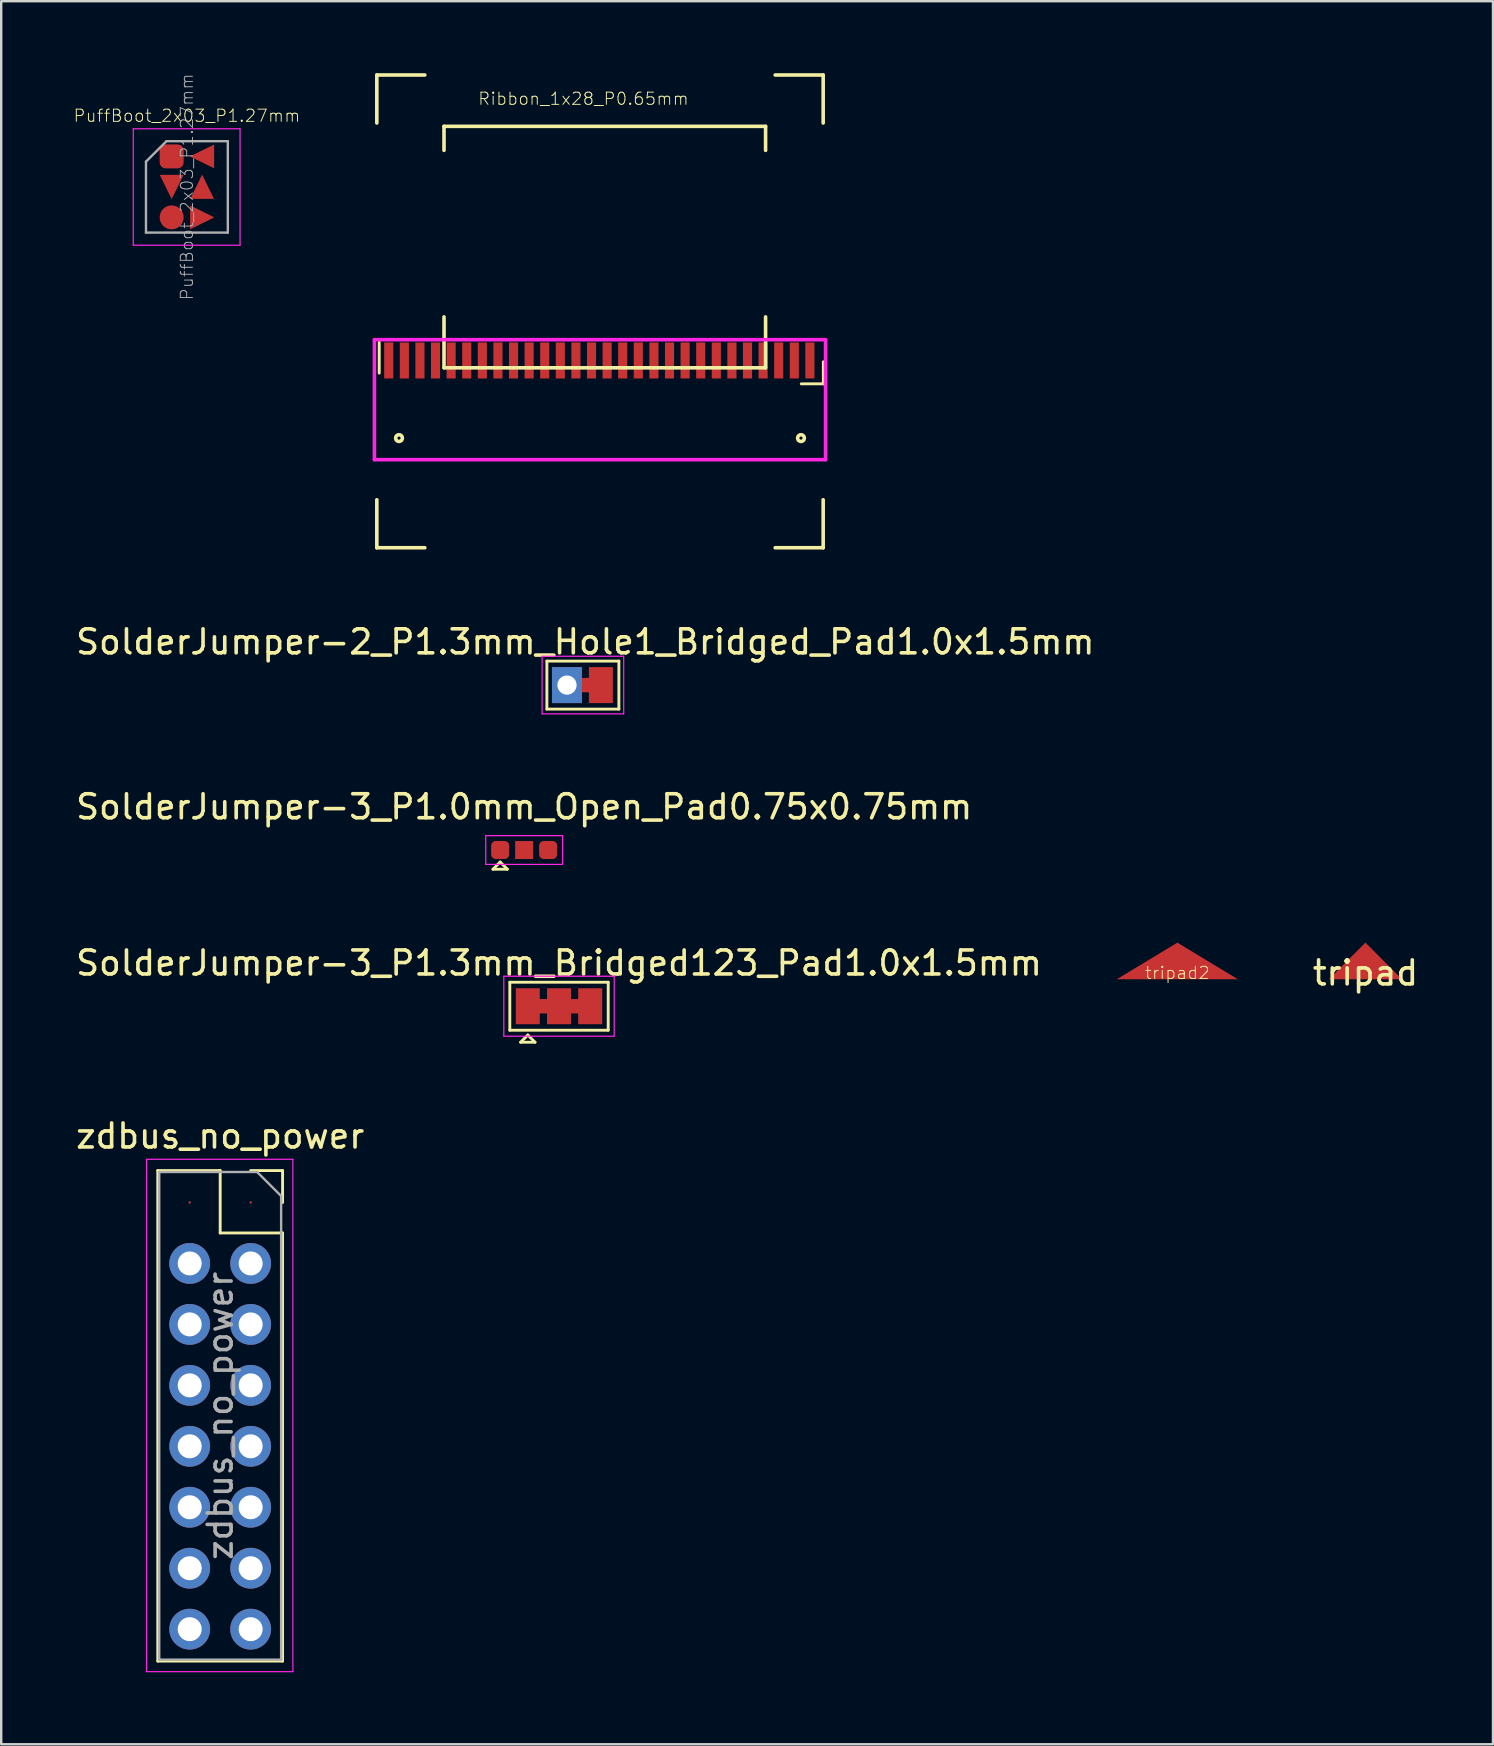
<source format=kicad_pcb>
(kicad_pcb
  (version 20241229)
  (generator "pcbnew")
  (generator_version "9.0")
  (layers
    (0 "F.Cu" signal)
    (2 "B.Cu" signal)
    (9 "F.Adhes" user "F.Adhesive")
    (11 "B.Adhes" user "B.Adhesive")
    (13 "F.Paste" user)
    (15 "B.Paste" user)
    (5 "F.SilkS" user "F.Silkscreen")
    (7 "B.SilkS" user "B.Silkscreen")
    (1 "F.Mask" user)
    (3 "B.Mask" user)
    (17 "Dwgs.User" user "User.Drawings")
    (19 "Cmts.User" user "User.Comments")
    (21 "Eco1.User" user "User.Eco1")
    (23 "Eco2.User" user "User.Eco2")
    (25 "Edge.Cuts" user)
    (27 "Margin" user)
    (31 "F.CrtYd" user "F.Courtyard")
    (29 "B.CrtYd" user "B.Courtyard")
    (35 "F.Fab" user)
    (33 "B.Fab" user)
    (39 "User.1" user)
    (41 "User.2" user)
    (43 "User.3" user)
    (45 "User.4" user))
  (footprint "SolderJumper-3_P1.3mm_Bridged123_Pad1.0x1.5mm"
    (layer "F.Cu")
    (at 20.244 38.88)
    (property "Reference" "SolderJumper-3_P1.3mm_Bridged123_Pad1.0x1.5mm" (at 0 -1.8 0) (layer "F.SilkS") (effects (font (size 1 1) (thickness 0.15))))
    (attr exclude_from_pos_files exclude_from_bom)
    (fp_line (start -2.05 -1) (end 2.05 -1) (stroke (width 0.12) (type solid)) (layer "F.SilkS"))
    (fp_line (start -2.05 1) (end -2.05 -1) (stroke (width 0.12) (type solid)) (layer "F.SilkS"))
    (fp_line (start -1.6 1.5) (end -1 1.5) (stroke (width 0.12) (type solid)) (layer "F.SilkS"))
    (fp_line (start -1.3 1.2) (end -1.6 1.5) (stroke (width 0.12) (type solid)) (layer "F.SilkS"))
    (fp_line (start -1.3 1.2) (end -1 1.5) (stroke (width 0.12) (type solid)) (layer "F.SilkS"))
    (fp_line (start 2.05 -1) (end 2.05 1) (stroke (width 0.12) (type solid)) (layer "F.SilkS"))
    (fp_line (start 2.05 1) (end -2.05 1) (stroke (width 0.12) (type solid)) (layer "F.SilkS"))
    (fp_line (start -2.3 -1.25) (end -2.3 1.25) (stroke (width 0.05) (type solid)) (layer "F.CrtYd"))
    (fp_line (start -2.3 -1.25) (end 2.3 -1.25) (stroke (width 0.05) (type solid)) (layer "F.CrtYd"))
    (fp_line (start 2.3 1.25) (end -2.3 1.25) (stroke (width 0.05) (type solid)) (layer "F.CrtYd"))
    (fp_line (start 2.3 1.25) (end 2.3 -1.25) (stroke (width 0.05) (type solid)) (layer "F.CrtYd"))
    (pad "1" smd custom (at -1.3 0) (size 1 1.5) (layers "F.Cu" "F.Mask") (options (anchor rect)) (primitives (gr_poly (pts (xy 0.4 -0.3) (xy 0.9 -0.3) (xy 0.9 0.3) (xy 0.4 0.3)) (width 0) (fill yes))))
    (pad "2" smd rect (at 0 0) (size 1 1.5) (layers "F.Cu" "F.Mask"))
    (pad "3" smd custom (at 1.3 0 180) (size 1 1.5) (layers "F.Cu" "F.Mask") (options (anchor rect)) (primitives (gr_poly (pts (xy 0.4 -0.3) (xy 0.9 -0.3) (xy 0.9 0.3) (xy 0.4 0.3)) (width 0) (fill yes)))))
  (footprint "tripad"
    (layer "F.Cu")
    (at 53.848 36.993)
    (property "Reference" "tripad" (at 0 0.5 0) (layer "F.SilkS") (effects (font (size 1 1) (thickness 0.15))))
    (attr through_hole)
    (pad "1" smd trapezoid (at 0 0) (size 1.524 1.524) (rect_delta 0 1.52) (layers "F.Cu" "F.Mask" "F.Paste")))
  (footprint "zdbus_no_power"
    (layer "F.Cu")
    (at 7.395 47.058)
    (property "Reference" "zdbus_no_power" (at -1.27 -2.77 0) (layer "F.SilkS") (effects (font (size 1 1) (thickness 0.15))))
    (attr through_hole)
    (fp_line (start -3.87 -1.33) (end -3.87 19.11) (stroke (width 0.12) (type solid)) (layer "F.SilkS"))
    (fp_line (start -3.87 -1.33) (end -1.27 -1.33) (stroke (width 0.12) (type solid)) (layer "F.SilkS"))
    (fp_line (start -3.87 19.11) (end 1.33 19.11) (stroke (width 0.12) (type solid)) (layer "F.SilkS"))
    (fp_line (start -1.27 -1.33) (end -1.27 1.27) (stroke (width 0.12) (type solid)) (layer "F.SilkS"))
    (fp_line (start -1.27 1.27) (end 1.33 1.27) (stroke (width 0.12) (type solid)) (layer "F.SilkS"))
    (fp_line (start 0 -1.33) (end 1.33 -1.33) (stroke (width 0.12) (type solid)) (layer "F.SilkS"))
    (fp_line (start 1.33 -1.33) (end 1.33 0) (stroke (width 0.12) (type solid)) (layer "F.SilkS"))
    (fp_line (start 1.33 1.27) (end 1.33 19.11) (stroke (width 0.12) (type solid)) (layer "F.SilkS"))
    (fp_line (start -4.34 -1.8) (end 1.76 -1.8) (stroke (width 0.05) (type solid)) (layer "F.CrtYd"))
    (fp_line (start -4.34 19.55) (end -4.34 -1.8) (stroke (width 0.05) (type solid)) (layer "F.CrtYd"))
    (fp_line (start 1.76 -1.8) (end 1.76 19.55) (stroke (width 0.05) (type solid)) (layer "F.CrtYd"))
    (fp_line (start 1.76 19.55) (end -4.34 19.55) (stroke (width 0.05) (type solid)) (layer "F.CrtYd"))
    (fp_line (start -3.81 -1.27) (end 0.27 -1.27) (stroke (width 0.1) (type solid)) (layer "F.Fab"))
    (fp_line (start -3.81 19.05) (end -3.81 -1.27) (stroke (width 0.1) (type solid)) (layer "F.Fab"))
    (fp_line (start 0.27 -1.27) (end 1.27 -0.27) (stroke (width 0.1) (type solid)) (layer "F.Fab"))
    (fp_line (start 1.27 -0.27) (end 1.27 19.05) (stroke (width 0.1) (type solid)) (layer "F.Fab"))
    (fp_line (start 1.27 19.05) (end -3.81 19.05) (stroke (width 0.1) (type solid)) (layer "F.Fab"))
    (fp_text user "${REFERENCE}" (at -1.27 8.89 90) (layer "F.Fab") (effects (font (size 1 1) (thickness 0.15))))
    (pad "1" smd circle (at 0 0) (size 0.1 0.1) (layers "F.Cu" "F.Mask" "F.Paste"))
    (pad "2" smd circle (at -2.54 0) (size 0.1 0.1) (layers "F.Cu" "F.Mask" "F.Paste"))
    (pad "3" thru_hole oval (at 0 2.54) (size 1.7 1.7) (drill 1) (layers "*.Cu" "*.Mask"))
    (pad "4" thru_hole oval (at -2.54 2.54) (size 1.7 1.7) (drill 1) (layers "*.Cu" "*.Mask"))
    (pad "5" thru_hole oval (at 0 5.08) (size 1.7 1.7) (drill 1) (layers "*.Cu" "*.Mask"))
    (pad "6" thru_hole oval (at -2.54 5.08) (size 1.7 1.7) (drill 1) (layers "*.Cu" "*.Mask"))
    (pad "7" thru_hole oval (at 0 7.62) (size 1.7 1.7) (drill 1) (layers "*.Cu" "*.Mask"))
    (pad "8" thru_hole oval (at -2.54 7.62) (size 1.7 1.7) (drill 1) (layers "*.Cu" "*.Mask"))
    (pad "9" thru_hole oval (at 0 10.16) (size 1.7 1.7) (drill 1) (layers "*.Cu" "*.Mask"))
    (pad "10" thru_hole oval (at -2.54 10.16) (size 1.7 1.7) (drill 1) (layers "*.Cu" "*.Mask"))
    (pad "11" thru_hole oval (at 0 12.7) (size 1.7 1.7) (drill 1) (layers "*.Cu" "*.Mask"))
    (pad "12" thru_hole oval (at -2.54 12.7) (size 1.7 1.7) (drill 1) (layers "*.Cu" "*.Mask"))
    (pad "13" thru_hole oval (at 0 15.24) (size 1.7 1.7) (drill 1) (layers "*.Cu" "*.Mask"))
    (pad "14" thru_hole oval (at -2.54 15.24) (size 1.7 1.7) (drill 1) (layers "*.Cu" "*.Mask"))
    (pad "15" thru_hole oval (at 0 17.78) (size 1.7 1.7) (drill 1) (layers "*.Cu" "*.Mask"))
    (pad "16" thru_hole oval (at -2.54 17.78) (size 1.7 1.7) (drill 1) (layers "*.Cu" "*.Mask")))
  (footprint "PuffBoot_2x03_P1.27mm"
    (layer "F.Cu")
    (at 4.103 3.468)
    (property "Reference" "PuffBoot_2x03_P1.27mm" (at 0.635 -1.695 0) (layer "F.SilkS") (effects (font (size 0.508 0.508) (thickness 0.04))))
    (attr through_hole)
    (fp_line (start -1.6 -1.15) (end -1.6 3.7) (stroke (width 0.05) (type solid)) (layer "F.CrtYd"))
    (fp_line (start -1.6 3.7) (end 2.85 3.7) (stroke (width 0.05) (type solid)) (layer "F.CrtYd"))
    (fp_line (start 2.85 -1.15) (end -1.6 -1.15) (stroke (width 0.05) (type solid)) (layer "F.CrtYd"))
    (fp_line (start 2.85 3.7) (end 2.85 -1.15) (stroke (width 0.05) (type solid)) (layer "F.CrtYd"))
    (fp_line (start -1.07 0.218) (end -0.217 -0.635) (stroke (width 0.1) (type solid)) (layer "F.Fab"))
    (fp_line (start -1.07 3.175) (end -1.07 0.218) (stroke (width 0.1) (type solid)) (layer "F.Fab"))
    (fp_line (start -0.217 -0.635) (end 2.34 -0.635) (stroke (width 0.1) (type solid)) (layer "F.Fab"))
    (fp_line (start 2.34 3.175) (end -1.07 3.175) (stroke (width 0.1) (type solid)) (layer "F.Fab"))
    (fp_line (start 2.34 -0.635) (end 2.34 3.175) (stroke (width 0.1) (type solid)) (layer "F.Fab"))
    (fp_text user "${REFERENCE}" (at 0.635 1.27 90) (layer "F.Fab") (effects (font (size 0.508 0.508) (thickness 0.04))))
    (pad "1" smd roundrect (at 0 0) (size 1 1) (layers "F.Cu" "F.Mask" "F.Paste") (roundrect_rratio 0.25))
    (pad "2" smd trapezoid (at 1.27 0) (size 1 0.5) (rect_delta -0.49 0) (layers "F.Cu" "F.Mask" "F.Paste"))
    (pad "3" smd trapezoid (at 0 1.27) (size 0.5 1) (rect_delta 0 -0.49) (layers "F.Cu" "F.Mask" "F.Paste"))
    (pad "4" smd trapezoid (at 1.27 1.27) (size 0.5 1) (rect_delta 0 0.49) (layers "F.Cu" "F.Mask" "F.Paste"))
    (pad "5" smd oval (at 0 2.54) (size 1 1) (layers "F.Cu" "F.Mask" "F.Paste"))
    (pad "6" smd trapezoid (at 1.27 2.54) (size 1 0.5) (rect_delta 0.49 0) (layers "F.Cu" "F.Mask" "F.Paste")))
  (footprint "SolderJumper-2_P1.3mm_Hole1_Bridged_Pad1.0x1.5mm"
    (layer "F.Cu")
    (at 21.339 25.498)
    (property "Reference" "SolderJumper-2_P1.3mm_Hole1_Bridged_Pad1.0x1.5mm" (at 0 -1.8 0) (layer "F.SilkS") (effects (font (size 1 1) (thickness 0.15))))
    (attr exclude_from_pos_files exclude_from_bom)
    (fp_line (start -1.6 -1) (end 1.4 -1) (stroke (width 0.12) (type solid)) (layer "F.SilkS"))
    (fp_line (start -1.6 1) (end -1.6 -1) (stroke (width 0.12) (type solid)) (layer "F.SilkS"))
    (fp_line (start 1.4 -1) (end 1.4 1) (stroke (width 0.12) (type solid)) (layer "F.SilkS"))
    (fp_line (start 1.4 1) (end -1.6 1) (stroke (width 0.12) (type solid)) (layer "F.SilkS"))
    (fp_line (start -1.8 -1.2) (end -1.8 1.2) (stroke (width 0.05) (type solid)) (layer "F.CrtYd"))
    (fp_line (start -1.8 -1.2) (end 1.6 -1.2) (stroke (width 0.05) (type solid)) (layer "F.CrtYd"))
    (fp_line (start 1.6 1.2) (end -1.8 1.2) (stroke (width 0.05) (type solid)) (layer "F.CrtYd"))
    (fp_line (start 1.6 1.2) (end 1.6 -1.2) (stroke (width 0.05) (type solid)) (layer "F.CrtYd"))
    (pad "1" thru_hole rect (at -0.762 0) (size 1.25 1.5) (drill 0.8) (layers "*.Cu" "*.Mask"))
    (pad "2" smd custom (at 0.65 0 180) (size 1 1.5) (layers "F.Cu" "F.Mask") (options (anchor rect)) (primitives (gr_poly (pts (xy 0.4 -0.3) (xy 0.9 -0.3) (xy 0.9 0.3) (xy 0.4 0.3)) (width 0) (fill yes)))))
  (footprint "SolderJumper-3_P1.0mm_Open_Pad0.75x0.75mm"
    (layer "F.Cu")
    (at 18.792 32.371)
    (property "Reference" "SolderJumper-3_P1.0mm_Open_Pad0.75x0.75mm" (at 0 -1.8 0) (layer "F.SilkS") (effects (font (size 1 1) (thickness 0.15))))
    (attr exclude_from_pos_files exclude_from_bom)
    (fp_line (start -1.3 0.8) (end -0.7 0.8) (stroke (width 0.12) (type solid)) (layer "F.SilkS"))
    (fp_line (start -1 0.5) (end -1.3 0.8) (stroke (width 0.12) (type solid)) (layer "F.SilkS"))
    (fp_line (start -1 0.5) (end -0.7 0.8) (stroke (width 0.12) (type solid)) (layer "F.SilkS"))
    (fp_line (start -1.6 -0.6) (end -1.6 0.6) (stroke (width 0.05) (type solid)) (layer "F.CrtYd"))
    (fp_line (start -1.6 -0.6) (end 1.6 -0.6) (stroke (width 0.05) (type solid)) (layer "F.CrtYd"))
    (fp_line (start 1.6 0.6) (end -1.6 0.6) (stroke (width 0.05) (type solid)) (layer "F.CrtYd"))
    (fp_line (start 1.6 0.6) (end 1.6 -0.6) (stroke (width 0.05) (type solid)) (layer "F.CrtYd"))
    (pad "1" smd roundrect (at -1 0) (size 0.75 0.75) (layers "F.Cu" "F.Mask") (roundrect_rratio 0.25))
    (pad "2" smd rect (at 0 0) (size 0.75 0.75) (layers "F.Cu" "F.Mask"))
    (pad "3" smd roundrect (at 1 0) (size 0.75 0.75) (layers "F.Cu" "F.Mask") (roundrect_rratio 0.25)))
  (footprint "Ribbon_1x28_P0.65mm"
    (layer "F.Cu")
    (at 21.922 11.225)
    (property "Reference" "Ribbon_1x28_P0.65mm" (at -0.66 -10.16 0) (layer "F.SilkS") (effects (font (size 0.508 0.508) (thickness 0.04))))
    (attr smd)
    (fp_line (start -9.27 -11.15) (end -9.27 -9.15) (stroke (width 0.15) (type solid)) (layer "F.SilkS"))
    (fp_line (start -9.27 -11.15) (end -7.27 -11.15) (stroke (width 0.15) (type solid)) (layer "F.SilkS"))
    (fp_line (start -9.27 6.55) (end -9.27 8.55) (stroke (width 0.15) (type solid)) (layer "F.SilkS"))
    (fp_line (start -9.27 8.55) (end -7.27 8.55) (stroke (width 0.15) (type solid)) (layer "F.SilkS"))
    (fp_line (start -9.17 1.272) (end -9.17 -0.008) (stroke (width 0.12) (type solid)) (layer "F.SilkS"))
    (fp_line (start -6.47 -9.01) (end 6.93 -9.01) (stroke (width 0.15) (type solid)) (layer "F.SilkS"))
    (fp_line (start -6.47 -8.01) (end -6.47 -9.01) (stroke (width 0.15) (type solid)) (layer "F.SilkS"))
    (fp_line (start -6.47 1.05) (end -6.47 -1.07) (stroke (width 0.15) (type solid)) (layer "F.SilkS"))
    (fp_line (start -6.47 1.05) (end 6.93 1.05) (stroke (width 0.15) (type solid)) (layer "F.SilkS"))
    (fp_line (start 6.93 -8.01) (end 6.93 -9.01) (stroke (width 0.15) (type solid)) (layer "F.SilkS"))
    (fp_line (start 6.93 1.05) (end 6.93 -1.07) (stroke (width 0.15) (type solid)) (layer "F.SilkS"))
    (fp_line (start 7.33 -11.15) (end 9.33 -11.15) (stroke (width 0.15) (type solid)) (layer "F.SilkS"))
    (fp_line (start 7.33 8.55) (end 9.33 8.55) (stroke (width 0.15) (type solid)) (layer "F.SilkS"))
    (fp_line (start 9.33 -11.15) (end 9.33 -9.15) (stroke (width 0.15) (type solid)) (layer "F.SilkS"))
    (fp_line (start 9.33 6.55) (end 9.33 8.55) (stroke (width 0.15) (type solid)) (layer "F.SilkS"))
    (fp_line (start 9.337 0.8) (end 9.337 1.72) (stroke (width 0.12) (type solid)) (layer "F.SilkS"))
    (fp_line (start 9.337 1.72) (end 8.417 1.72) (stroke (width 0.12) (type solid)) (layer "F.SilkS"))
    (fp_circle (center -8.345 3.98) (end -8.204 3.98) (stroke (width 0.15) (type solid)) (fill no) (layer "F.SilkS"))
    (fp_circle (center 8.405 3.98) (end 8.546 3.98) (stroke (width 0.15) (type solid)) (fill no) (layer "F.SilkS"))
    (fp_line (start -9.37 -0.12) (end -9.37 4.88) (stroke (width 0.15) (type solid)) (layer "F.CrtYd"))
    (fp_line (start 9.43 -0.12) (end -9.37 -0.12) (stroke (width 0.15) (type solid)) (layer "F.CrtYd"))
    (fp_line (start 9.43 -0.12) (end 9.43 4.88) (stroke (width 0.15) (type solid)) (layer "F.CrtYd"))
    (fp_line (start 9.43 4.88) (end -9.37 4.88) (stroke (width 0.15) (type solid)) (layer "F.CrtYd"))
    (pad "1" smd rect (at -8.773 0.746 90) (size 1.5 0.38) (layers "F.Cu" "F.Mask" "F.Paste"))
    (pad "2" smd rect (at -8.123 0.746 90) (size 1.5 0.38) (layers "F.Cu" "F.Mask" "F.Paste"))
    (pad "3" smd rect (at -7.473 0.746 90) (size 1.5 0.38) (layers "F.Cu" "F.Mask" "F.Paste"))
    (pad "4" smd rect (at -6.823 0.746 90) (size 1.5 0.38) (layers "F.Cu" "F.Mask" "F.Paste"))
    (pad "5" smd rect (at -6.173 0.746 90) (size 1.5 0.38) (layers "F.Cu" "F.Mask" "F.Paste"))
    (pad "6" smd rect (at -5.523 0.746 90) (size 1.5 0.38) (layers "F.Cu" "F.Mask" "F.Paste"))
    (pad "7" smd rect (at -4.873 0.746 90) (size 1.5 0.38) (layers "F.Cu" "F.Mask" "F.Paste"))
    (pad "8" smd rect (at -4.223 0.746 90) (size 1.5 0.38) (layers "F.Cu" "F.Mask" "F.Paste"))
    (pad "9" smd rect (at -3.573 0.746 90) (size 1.5 0.38) (layers "F.Cu" "F.Mask" "F.Paste"))
    (pad "10" smd rect (at -2.923 0.746 90) (size 1.5 0.38) (layers "F.Cu" "F.Mask" "F.Paste"))
    (pad "11" smd rect (at -2.273 0.746 90) (size 1.5 0.38) (layers "F.Cu" "F.Mask" "F.Paste"))
    (pad "12" smd rect (at -1.623 0.746 90) (size 1.5 0.38) (layers "F.Cu" "F.Mask" "F.Paste"))
    (pad "13" smd rect (at -0.973 0.746 90) (size 1.5 0.38) (layers "F.Cu" "F.Mask" "F.Paste"))
    (pad "14" smd rect (at -0.323 0.746 90) (size 1.5 0.38) (layers "F.Cu" "F.Mask" "F.Paste"))
    (pad "15" smd rect (at 0.327 0.746 90) (size 1.5 0.38) (layers "F.Cu" "F.Mask" "F.Paste"))
    (pad "16" smd rect (at 0.977 0.746 90) (size 1.5 0.38) (layers "F.Cu" "F.Mask" "F.Paste"))
    (pad "17" smd rect (at 1.627 0.746 90) (size 1.5 0.38) (layers "F.Cu" "F.Mask" "F.Paste"))
    (pad "18" smd rect (at 2.277 0.746 90) (size 1.5 0.38) (layers "F.Cu" "F.Mask" "F.Paste"))
    (pad "19" smd rect (at 2.927 0.746 90) (size 1.5 0.38) (layers "F.Cu" "F.Mask" "F.Paste"))
    (pad "20" smd rect (at 3.577 0.746 90) (size 1.5 0.38) (layers "F.Cu" "F.Mask" "F.Paste"))
    (pad "21" smd rect (at 4.227 0.746 90) (size 1.5 0.38) (layers "F.Cu" "F.Mask" "F.Paste"))
    (pad "22" smd rect (at 4.877 0.746 90) (size 1.5 0.38) (layers "F.Cu" "F.Mask" "F.Paste"))
    (pad "23" smd rect (at 5.527 0.746 90) (size 1.5 0.38) (layers "F.Cu" "F.Mask" "F.Paste"))
    (pad "24" smd rect (at 6.177 0.746 90) (size 1.5 0.38) (layers "F.Cu" "F.Mask" "F.Paste"))
    (pad "25" smd rect (at 6.827 0.746 90) (size 1.5 0.38) (layers "F.Cu" "F.Mask" "F.Paste"))
    (pad "26" smd rect (at 7.477 0.746 90) (size 1.5 0.38) (layers "F.Cu" "F.Mask" "F.Paste"))
    (pad "27" smd rect (at 8.127 0.746 90) (size 1.5 0.38) (layers "F.Cu" "F.Mask" "F.Paste"))
    (pad "28" smd rect (at 8.777 0.746 90) (size 1.5 0.38) (layers "F.Cu" "F.Mask" "F.Paste")))
  (footprint "tripad2"
    (layer "F.Cu")
    (at 46.01 36.993)
    (property "Reference" "tripad2" (at 0 0.5 0) (layer "F.SilkS") (effects (font (size 0.508 0.508) (thickness 0.04))))
    (attr through_hole)
    (pad "1" smd trapezoid (at 0 0) (size 2.524 1.524) (rect_delta 0 2.52) (layers "F.Cu" "F.Mask" "F.Paste")))
  (gr_rect
    (start -3 -3)
    (end 59.163 69.633)
    (stroke (width 0.1) (type default))
    (fill no)
    (layer "Edge.Cuts")))
</source>
